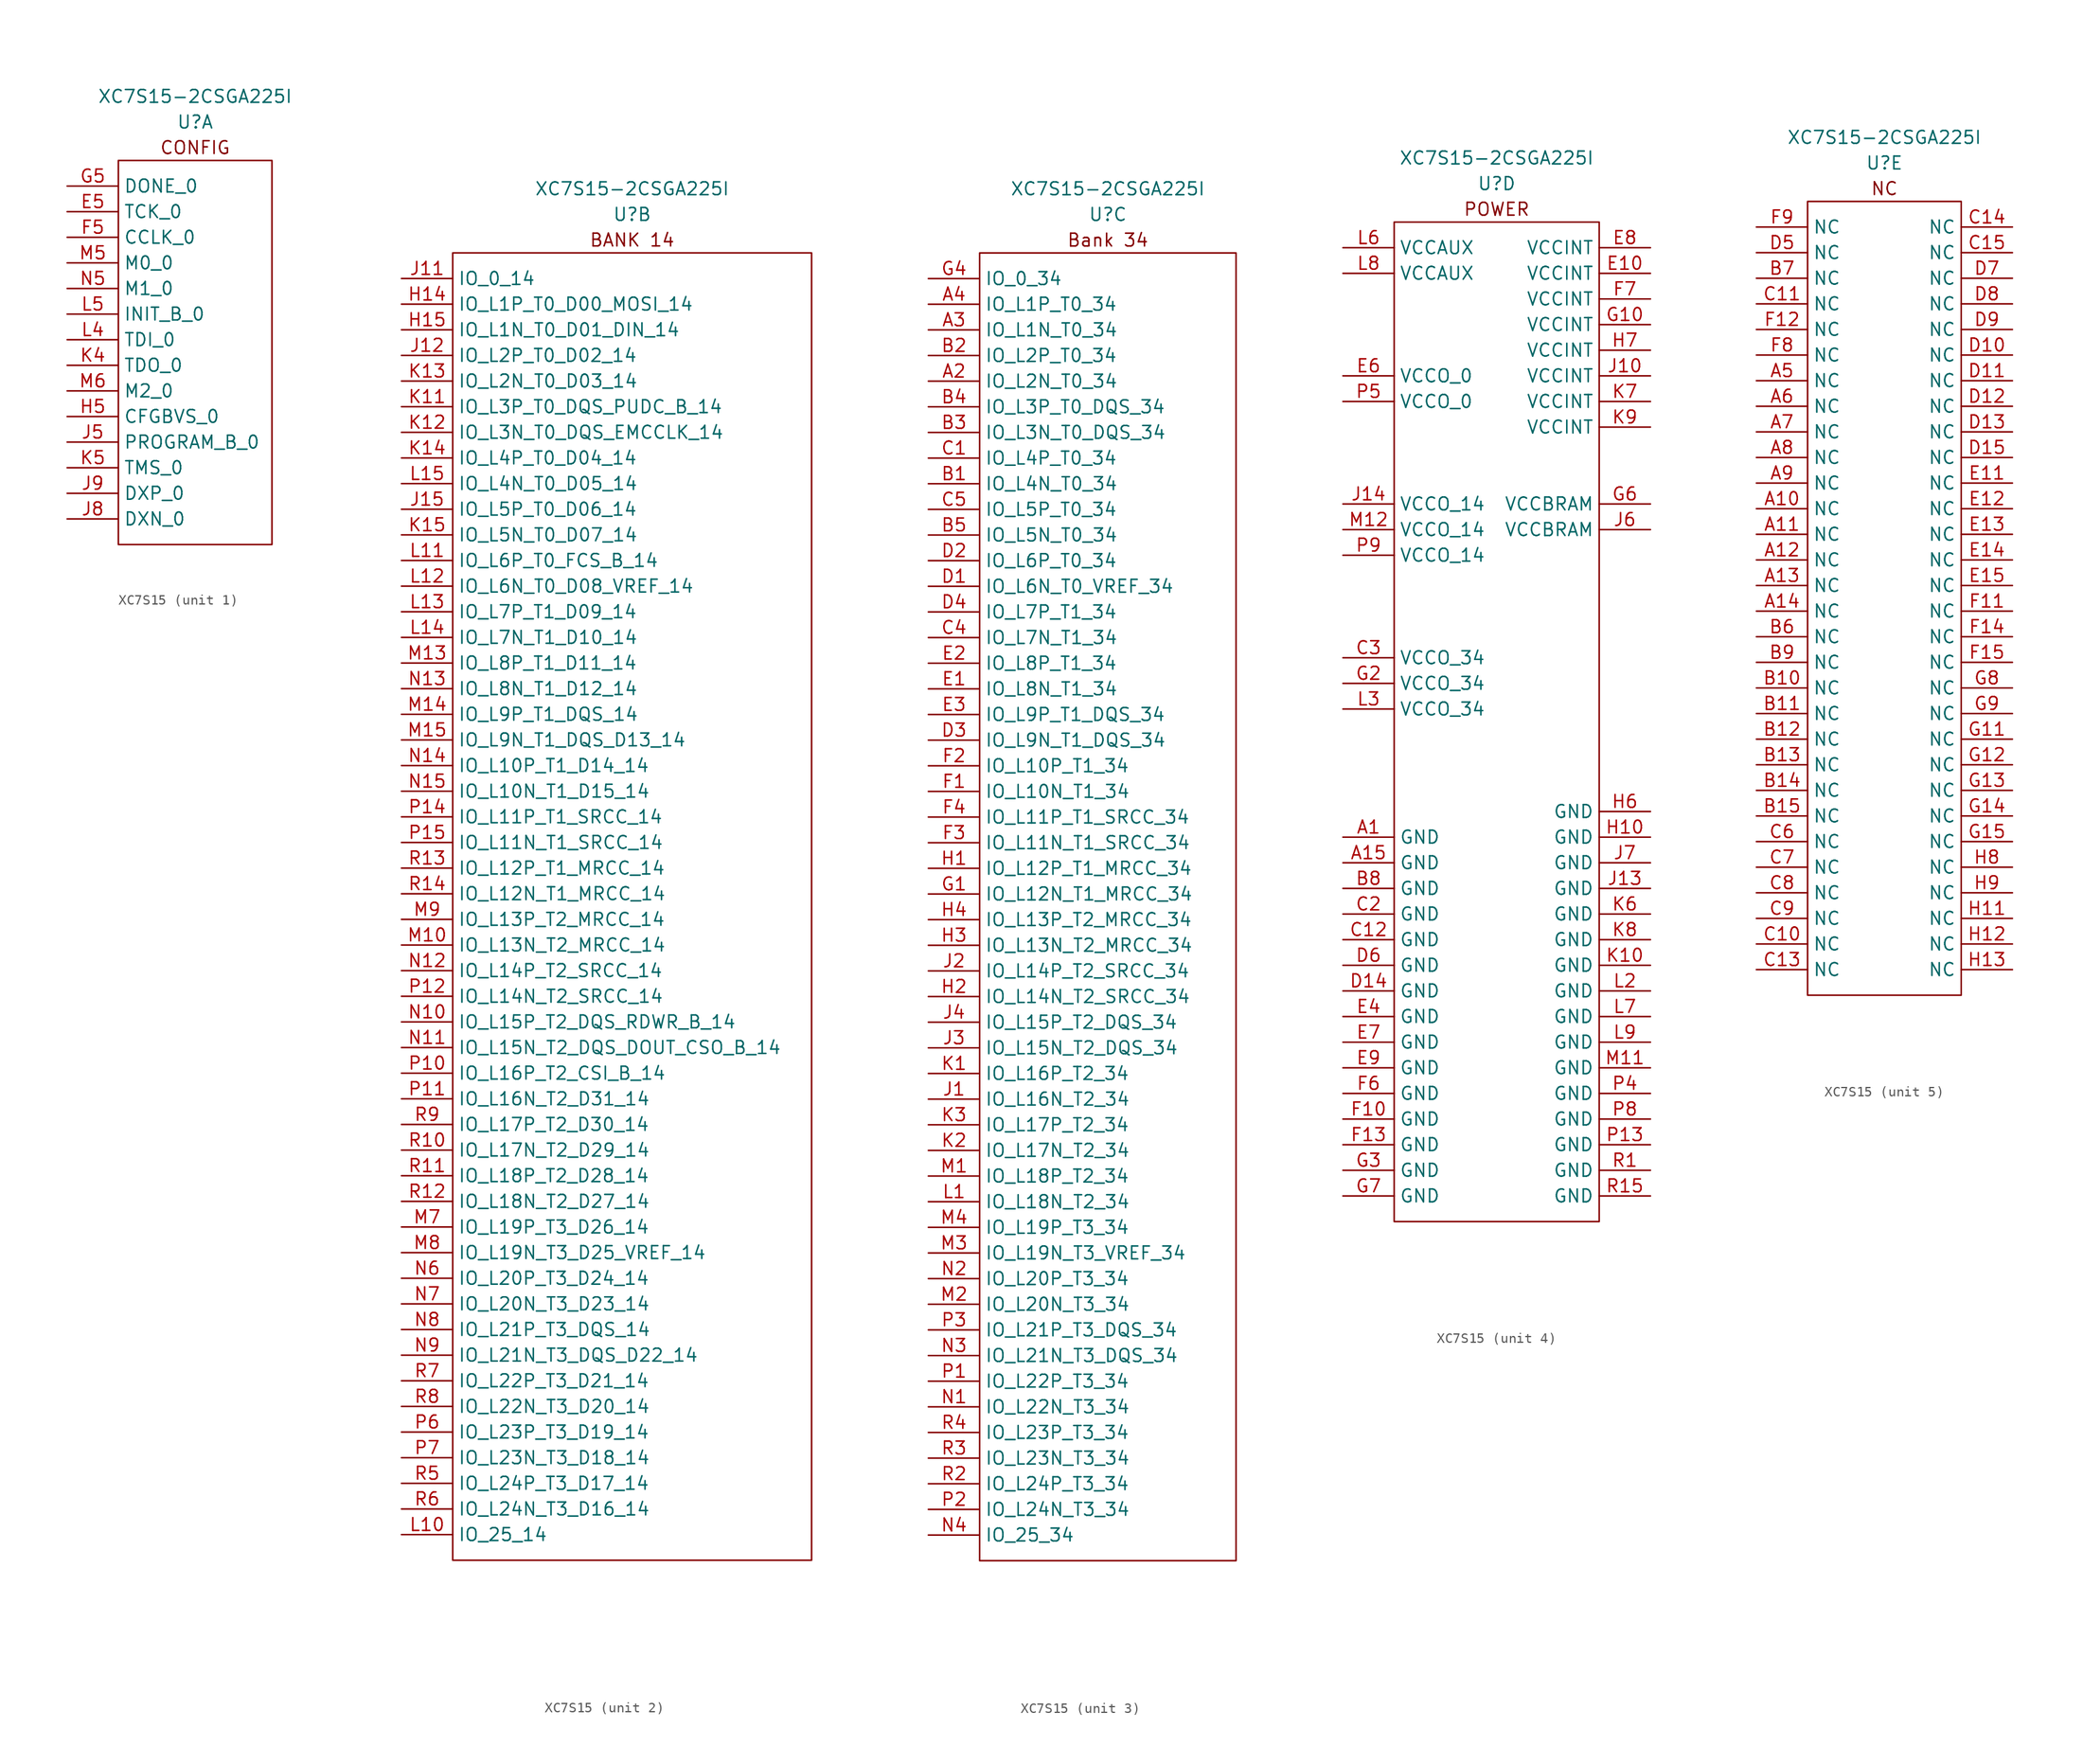
<source format=kicad_sym>
(kicad_symbol_lib
  (version 20231120)
  (generator "kicad_symbol_editor")
  (generator_version "8.0")
  (symbol "XC7S15"
    (property "Reference" "U"
      (at 7.62 6.35 0)
      (effects (font (size 1.27 1.27))))
    (property "Value" "XC7S15-2CSGA225I"
      (at 7.62 8.89 0)
      (effects (font (size 1.27 1.27))))
    (property "ki_locked" ""
      (at 0 0 0)
      (effects (font (size 1.27 1.27))))
    (symbol "XC7S15_1_0"
      (pin passive line (at -5.08 -2.54 0) (length 5.08) (name "TCK_0" (effects (font (size 1.27 1.27)))) (number "E5" (effects (font (size 1.27 1.27)))))
      (pin passive line (at -5.08 -5.08 0) (length 5.08) (name "CCLK_0" (effects (font (size 1.27 1.27)))) (number "F5" (effects (font (size 1.27 1.27)))))
      (pin passive line (at -5.08 0 0) (length 5.08) (name "DONE_0" (effects (font (size 1.27 1.27)))) (number "G5" (effects (font (size 1.27 1.27)))))
      (pin passive line (at -5.08 -22.86 0) (length 5.08) (name "CFGBVS_0" (effects (font (size 1.27 1.27)))) (number "H5" (effects (font (size 1.27 1.27)))))
      (pin passive line (at -5.08 -25.4 0) (length 5.08) (name "PROGRAM_B_0" (effects (font (size 1.27 1.27)))) (number "J5" (effects (font (size 1.27 1.27)))))
      (pin passive line (at -5.08 -33.02 0) (length 5.08) (name "DXN_0" (effects (font (size 1.27 1.27)))) (number "J8" (effects (font (size 1.27 1.27)))))
      (pin passive line (at -5.08 -30.48 0) (length 5.08) (name "DXP_0" (effects (font (size 1.27 1.27)))) (number "J9" (effects (font (size 1.27 1.27)))))
      (pin passive line (at -5.08 -17.78 0) (length 5.08) (name "TDO_0" (effects (font (size 1.27 1.27)))) (number "K4" (effects (font (size 1.27 1.27)))))
      (pin passive line (at -5.08 -27.94 0) (length 5.08) (name "TMS_0" (effects (font (size 1.27 1.27)))) (number "K5" (effects (font (size 1.27 1.27)))))
      (pin passive line (at -5.08 -15.24 0) (length 5.08) (name "TDI_0" (effects (font (size 1.27 1.27)))) (number "L4" (effects (font (size 1.27 1.27)))))
      (pin passive line (at -5.08 -12.7 0) (length 5.08) (name "INIT_B_0" (effects (font (size 1.27 1.27)))) (number "L5" (effects (font (size 1.27 1.27)))))
      (pin passive line (at -5.08 -7.62 0) (length 5.08) (name "M0_0" (effects (font (size 1.27 1.27)))) (number "M5" (effects (font (size 1.27 1.27)))))
      (pin passive line (at -5.08 -20.32 0) (length 5.08) (name "M2_0" (effects (font (size 1.27 1.27)))) (number "M6" (effects (font (size 1.27 1.27)))))
      (pin passive line (at -5.08 -10.16 0) (length 5.08) (name "M1_0" (effects (font (size 1.27 1.27)))) (number "N5" (effects (font (size 1.27 1.27))))))
    (symbol "XC7S15_1_1"
      (rectangle (start 0 2.54) (end 15.24 -35.56) (stroke (width 0) (type default)) (fill (type none)))
      (text "CONFIG" (at 7.62 3.81 0) (effects (font (size 1.27 1.27)))))
    (symbol "XC7S15_2_0"
      (pin passive line (at -15.24 -2.54 0) (length 5.08) (name "IO_L1P_T0_D00_MOSI_14" (effects (font (size 1.27 1.27)))) (number "H14" (effects (font (size 1.27 1.27)))))
      (pin passive line (at -15.24 -5.08 0) (length 5.08) (name "IO_L1N_T0_D01_DIN_14" (effects (font (size 1.27 1.27)))) (number "H15" (effects (font (size 1.27 1.27)))))
      (pin passive line (at -15.24 0 0) (length 5.08) (name "IO_0_14" (effects (font (size 1.27 1.27)))) (number "J11" (effects (font (size 1.27 1.27)))))
      (pin passive line (at -15.24 -7.62 0) (length 5.08) (name "IO_L2P_T0_D02_14" (effects (font (size 1.27 1.27)))) (number "J12" (effects (font (size 1.27 1.27)))))
      (pin passive line (at -15.24 -22.86 0) (length 5.08) (name "IO_L5P_T0_D06_14" (effects (font (size 1.27 1.27)))) (number "J15" (effects (font (size 1.27 1.27)))))
      (pin passive line (at -15.24 -12.7 0) (length 5.08) (name "IO_L3P_T0_DQS_PUDC_B_14" (effects (font (size 1.27 1.27)))) (number "K11" (effects (font (size 1.27 1.27)))))
      (pin passive line (at -15.24 -15.24 0) (length 5.08) (name "IO_L3N_T0_DQS_EMCCLK_14" (effects (font (size 1.27 1.27)))) (number "K12" (effects (font (size 1.27 1.27)))))
      (pin passive line (at -15.24 -10.16 0) (length 5.08) (name "IO_L2N_T0_D03_14" (effects (font (size 1.27 1.27)))) (number "K13" (effects (font (size 1.27 1.27)))))
      (pin passive line (at -15.24 -17.78 0) (length 5.08) (name "IO_L4P_T0_D04_14" (effects (font (size 1.27 1.27)))) (number "K14" (effects (font (size 1.27 1.27)))))
      (pin passive line (at -15.24 -25.4 0) (length 5.08) (name "IO_L5N_T0_D07_14" (effects (font (size 1.27 1.27)))) (number "K15" (effects (font (size 1.27 1.27)))))
      (pin passive line (at -15.24 -124.46 0) (length 5.08) (name "IO_25_14" (effects (font (size 1.27 1.27)))) (number "L10" (effects (font (size 1.27 1.27)))))
      (pin passive line (at -15.24 -27.94 0) (length 5.08) (name "IO_L6P_T0_FCS_B_14" (effects (font (size 1.27 1.27)))) (number "L11" (effects (font (size 1.27 1.27)))))
      (pin passive line (at -15.24 -30.48 0) (length 5.08) (name "IO_L6N_T0_D08_VREF_14" (effects (font (size 1.27 1.27)))) (number "L12" (effects (font (size 1.27 1.27)))))
      (pin passive line (at -15.24 -33.02 0) (length 5.08) (name "IO_L7P_T1_D09_14" (effects (font (size 1.27 1.27)))) (number "L13" (effects (font (size 1.27 1.27)))))
      (pin passive line (at -15.24 -35.56 0) (length 5.08) (name "IO_L7N_T1_D10_14" (effects (font (size 1.27 1.27)))) (number "L14" (effects (font (size 1.27 1.27)))))
      (pin passive line (at -15.24 -20.32 0) (length 5.08) (name "IO_L4N_T0_D05_14" (effects (font (size 1.27 1.27)))) (number "L15" (effects (font (size 1.27 1.27)))))
      (pin passive line (at -15.24 -66.04 0) (length 5.08) (name "IO_L13N_T2_MRCC_14" (effects (font (size 1.27 1.27)))) (number "M10" (effects (font (size 1.27 1.27)))))
      (pin passive line (at -15.24 -38.1 0) (length 5.08) (name "IO_L8P_T1_D11_14" (effects (font (size 1.27 1.27)))) (number "M13" (effects (font (size 1.27 1.27)))))
      (pin passive line (at -15.24 -43.18 0) (length 5.08) (name "IO_L9P_T1_DQS_14" (effects (font (size 1.27 1.27)))) (number "M14" (effects (font (size 1.27 1.27)))))
      (pin passive line (at -15.24 -45.72 0) (length 5.08) (name "IO_L9N_T1_DQS_D13_14" (effects (font (size 1.27 1.27)))) (number "M15" (effects (font (size 1.27 1.27)))))
      (pin passive line (at -15.24 -93.98 0) (length 5.08) (name "IO_L19P_T3_D26_14" (effects (font (size 1.27 1.27)))) (number "M7" (effects (font (size 1.27 1.27)))))
      (pin passive line (at -15.24 -96.52 0) (length 5.08) (name "IO_L19N_T3_D25_VREF_14" (effects (font (size 1.27 1.27)))) (number "M8" (effects (font (size 1.27 1.27)))))
      (pin passive line (at -15.24 -63.5 0) (length 5.08) (name "IO_L13P_T2_MRCC_14" (effects (font (size 1.27 1.27)))) (number "M9" (effects (font (size 1.27 1.27)))))
      (pin passive line (at -15.24 -73.66 0) (length 5.08) (name "IO_L15P_T2_DQS_RDWR_B_14" (effects (font (size 1.27 1.27)))) (number "N10" (effects (font (size 1.27 1.27)))))
      (pin passive line (at -15.24 -76.2 0) (length 5.08) (name "IO_L15N_T2_DQS_DOUT_CSO_B_14" (effects (font (size 1.27 1.27)))) (number "N11" (effects (font (size 1.27 1.27)))))
      (pin passive line (at -15.24 -68.58 0) (length 5.08) (name "IO_L14P_T2_SRCC_14" (effects (font (size 1.27 1.27)))) (number "N12" (effects (font (size 1.27 1.27)))))
      (pin passive line (at -15.24 -40.64 0) (length 5.08) (name "IO_L8N_T1_D12_14" (effects (font (size 1.27 1.27)))) (number "N13" (effects (font (size 1.27 1.27)))))
      (pin passive line (at -15.24 -48.26 0) (length 5.08) (name "IO_L10P_T1_D14_14" (effects (font (size 1.27 1.27)))) (number "N14" (effects (font (size 1.27 1.27)))))
      (pin passive line (at -15.24 -50.8 0) (length 5.08) (name "IO_L10N_T1_D15_14" (effects (font (size 1.27 1.27)))) (number "N15" (effects (font (size 1.27 1.27)))))
      (pin passive line (at -15.24 -99.06 0) (length 5.08) (name "IO_L20P_T3_D24_14" (effects (font (size 1.27 1.27)))) (number "N6" (effects (font (size 1.27 1.27)))))
      (pin passive line (at -15.24 -101.6 0) (length 5.08) (name "IO_L20N_T3_D23_14" (effects (font (size 1.27 1.27)))) (number "N7" (effects (font (size 1.27 1.27)))))
      (pin passive line (at -15.24 -104.14 0) (length 5.08) (name "IO_L21P_T3_DQS_14" (effects (font (size 1.27 1.27)))) (number "N8" (effects (font (size 1.27 1.27)))))
      (pin passive line (at -15.24 -106.68 0) (length 5.08) (name "IO_L21N_T3_DQS_D22_14" (effects (font (size 1.27 1.27)))) (number "N9" (effects (font (size 1.27 1.27)))))
      (pin passive line (at -15.24 -78.74 0) (length 5.08) (name "IO_L16P_T2_CSI_B_14" (effects (font (size 1.27 1.27)))) (number "P10" (effects (font (size 1.27 1.27)))))
      (pin passive line (at -15.24 -81.28 0) (length 5.08) (name "IO_L16N_T2_D31_14" (effects (font (size 1.27 1.27)))) (number "P11" (effects (font (size 1.27 1.27)))))
      (pin passive line (at -15.24 -71.12 0) (length 5.08) (name "IO_L14N_T2_SRCC_14" (effects (font (size 1.27 1.27)))) (number "P12" (effects (font (size 1.27 1.27)))))
      (pin passive line (at -15.24 -53.34 0) (length 5.08) (name "IO_L11P_T1_SRCC_14" (effects (font (size 1.27 1.27)))) (number "P14" (effects (font (size 1.27 1.27)))))
      (pin passive line (at -15.24 -55.88 0) (length 5.08) (name "IO_L11N_T1_SRCC_14" (effects (font (size 1.27 1.27)))) (number "P15" (effects (font (size 1.27 1.27)))))
      (pin passive line (at -15.24 -114.3 0) (length 5.08) (name "IO_L23P_T3_D19_14" (effects (font (size 1.27 1.27)))) (number "P6" (effects (font (size 1.27 1.27)))))
      (pin passive line (at -15.24 -116.84 0) (length 5.08) (name "IO_L23N_T3_D18_14" (effects (font (size 1.27 1.27)))) (number "P7" (effects (font (size 1.27 1.27)))))
      (pin passive line (at -15.24 -86.36 0) (length 5.08) (name "IO_L17N_T2_D29_14" (effects (font (size 1.27 1.27)))) (number "R10" (effects (font (size 1.27 1.27)))))
      (pin passive line (at -15.24 -88.9 0) (length 5.08) (name "IO_L18P_T2_D28_14" (effects (font (size 1.27 1.27)))) (number "R11" (effects (font (size 1.27 1.27)))))
      (pin passive line (at -15.24 -91.44 0) (length 5.08) (name "IO_L18N_T2_D27_14" (effects (font (size 1.27 1.27)))) (number "R12" (effects (font (size 1.27 1.27)))))
      (pin passive line (at -15.24 -58.42 0) (length 5.08) (name "IO_L12P_T1_MRCC_14" (effects (font (size 1.27 1.27)))) (number "R13" (effects (font (size 1.27 1.27)))))
      (pin passive line (at -15.24 -60.96 0) (length 5.08) (name "IO_L12N_T1_MRCC_14" (effects (font (size 1.27 1.27)))) (number "R14" (effects (font (size 1.27 1.27)))))
      (pin passive line (at -15.24 -119.38 0) (length 5.08) (name "IO_L24P_T3_D17_14" (effects (font (size 1.27 1.27)))) (number "R5" (effects (font (size 1.27 1.27)))))
      (pin passive line (at -15.24 -121.92 0) (length 5.08) (name "IO_L24N_T3_D16_14" (effects (font (size 1.27 1.27)))) (number "R6" (effects (font (size 1.27 1.27)))))
      (pin passive line (at -15.24 -109.22 0) (length 5.08) (name "IO_L22P_T3_D21_14" (effects (font (size 1.27 1.27)))) (number "R7" (effects (font (size 1.27 1.27)))))
      (pin passive line (at -15.24 -111.76 0) (length 5.08) (name "IO_L22N_T3_D20_14" (effects (font (size 1.27 1.27)))) (number "R8" (effects (font (size 1.27 1.27)))))
      (pin passive line (at -15.24 -83.82 0) (length 5.08) (name "IO_L17P_T2_D30_14" (effects (font (size 1.27 1.27)))) (number "R9" (effects (font (size 1.27 1.27))))))
    (symbol "XC7S15_2_1"
      (rectangle (start -10.16 2.54) (end 25.4 -127) (stroke (width 0) (type default)) (fill (type none)))
      (text "BANK 14" (at 7.62 3.81 0) (effects (font (size 1.27 1.27)))))
    (symbol "XC7S15_3_0"
      (pin passive line (at -10.16 -10.16 0) (length 5.08) (name "IO_L2N_T0_34" (effects (font (size 1.27 1.27)))) (number "A2" (effects (font (size 1.27 1.27)))))
      (pin passive line (at -10.16 -5.08 0) (length 5.08) (name "IO_L1N_T0_34" (effects (font (size 1.27 1.27)))) (number "A3" (effects (font (size 1.27 1.27)))))
      (pin passive line (at -10.16 -2.54 0) (length 5.08) (name "IO_L1P_T0_34" (effects (font (size 1.27 1.27)))) (number "A4" (effects (font (size 1.27 1.27)))))
      (pin passive line (at -10.16 -20.32 0) (length 5.08) (name "IO_L4N_T0_34" (effects (font (size 1.27 1.27)))) (number "B1" (effects (font (size 1.27 1.27)))))
      (pin passive line (at -10.16 -7.62 0) (length 5.08) (name "IO_L2P_T0_34" (effects (font (size 1.27 1.27)))) (number "B2" (effects (font (size 1.27 1.27)))))
      (pin passive line (at -10.16 -15.24 0) (length 5.08) (name "IO_L3N_T0_DQS_34" (effects (font (size 1.27 1.27)))) (number "B3" (effects (font (size 1.27 1.27)))))
      (pin passive line (at -10.16 -12.7 0) (length 5.08) (name "IO_L3P_T0_DQS_34" (effects (font (size 1.27 1.27)))) (number "B4" (effects (font (size 1.27 1.27)))))
      (pin passive line (at -10.16 -25.4 0) (length 5.08) (name "IO_L5N_T0_34" (effects (font (size 1.27 1.27)))) (number "B5" (effects (font (size 1.27 1.27)))))
      (pin passive line (at -10.16 -17.78 0) (length 5.08) (name "IO_L4P_T0_34" (effects (font (size 1.27 1.27)))) (number "C1" (effects (font (size 1.27 1.27)))))
      (pin passive line (at -10.16 -35.56 0) (length 5.08) (name "IO_L7N_T1_34" (effects (font (size 1.27 1.27)))) (number "C4" (effects (font (size 1.27 1.27)))))
      (pin passive line (at -10.16 -22.86 0) (length 5.08) (name "IO_L5P_T0_34" (effects (font (size 1.27 1.27)))) (number "C5" (effects (font (size 1.27 1.27)))))
      (pin passive line (at -10.16 -30.48 0) (length 5.08) (name "IO_L6N_T0_VREF_34" (effects (font (size 1.27 1.27)))) (number "D1" (effects (font (size 1.27 1.27)))))
      (pin passive line (at -10.16 -27.94 0) (length 5.08) (name "IO_L6P_T0_34" (effects (font (size 1.27 1.27)))) (number "D2" (effects (font (size 1.27 1.27)))))
      (pin passive line (at -10.16 -45.72 0) (length 5.08) (name "IO_L9N_T1_DQS_34" (effects (font (size 1.27 1.27)))) (number "D3" (effects (font (size 1.27 1.27)))))
      (pin passive line (at -10.16 -33.02 0) (length 5.08) (name "IO_L7P_T1_34" (effects (font (size 1.27 1.27)))) (number "D4" (effects (font (size 1.27 1.27)))))
      (pin passive line (at -10.16 -40.64 0) (length 5.08) (name "IO_L8N_T1_34" (effects (font (size 1.27 1.27)))) (number "E1" (effects (font (size 1.27 1.27)))))
      (pin passive line (at -10.16 -38.1 0) (length 5.08) (name "IO_L8P_T1_34" (effects (font (size 1.27 1.27)))) (number "E2" (effects (font (size 1.27 1.27)))))
      (pin passive line (at -10.16 -43.18 0) (length 5.08) (name "IO_L9P_T1_DQS_34" (effects (font (size 1.27 1.27)))) (number "E3" (effects (font (size 1.27 1.27)))))
      (pin passive line (at -10.16 -50.8 0) (length 5.08) (name "IO_L10N_T1_34" (effects (font (size 1.27 1.27)))) (number "F1" (effects (font (size 1.27 1.27)))))
      (pin passive line (at -10.16 -48.26 0) (length 5.08) (name "IO_L10P_T1_34" (effects (font (size 1.27 1.27)))) (number "F2" (effects (font (size 1.27 1.27)))))
      (pin passive line (at -10.16 -55.88 0) (length 5.08) (name "IO_L11N_T1_SRCC_34" (effects (font (size 1.27 1.27)))) (number "F3" (effects (font (size 1.27 1.27)))))
      (pin passive line (at -10.16 -53.34 0) (length 5.08) (name "IO_L11P_T1_SRCC_34" (effects (font (size 1.27 1.27)))) (number "F4" (effects (font (size 1.27 1.27)))))
      (pin passive line (at -10.16 -60.96 0) (length 5.08) (name "IO_L12N_T1_MRCC_34" (effects (font (size 1.27 1.27)))) (number "G1" (effects (font (size 1.27 1.27)))))
      (pin passive line (at -10.16 0 0) (length 5.08) (name "IO_0_34" (effects (font (size 1.27 1.27)))) (number "G4" (effects (font (size 1.27 1.27)))))
      (pin passive line (at -10.16 -58.42 0) (length 5.08) (name "IO_L12P_T1_MRCC_34" (effects (font (size 1.27 1.27)))) (number "H1" (effects (font (size 1.27 1.27)))))
      (pin passive line (at -10.16 -71.12 0) (length 5.08) (name "IO_L14N_T2_SRCC_34" (effects (font (size 1.27 1.27)))) (number "H2" (effects (font (size 1.27 1.27)))))
      (pin passive line (at -10.16 -66.04 0) (length 5.08) (name "IO_L13N_T2_MRCC_34" (effects (font (size 1.27 1.27)))) (number "H3" (effects (font (size 1.27 1.27)))))
      (pin passive line (at -10.16 -63.5 0) (length 5.08) (name "IO_L13P_T2_MRCC_34" (effects (font (size 1.27 1.27)))) (number "H4" (effects (font (size 1.27 1.27)))))
      (pin passive line (at -10.16 -81.28 0) (length 5.08) (name "IO_L16N_T2_34" (effects (font (size 1.27 1.27)))) (number "J1" (effects (font (size 1.27 1.27)))))
      (pin passive line (at -10.16 -68.58 0) (length 5.08) (name "IO_L14P_T2_SRCC_34" (effects (font (size 1.27 1.27)))) (number "J2" (effects (font (size 1.27 1.27)))))
      (pin passive line (at -10.16 -76.2 0) (length 5.08) (name "IO_L15N_T2_DQS_34" (effects (font (size 1.27 1.27)))) (number "J3" (effects (font (size 1.27 1.27)))))
      (pin passive line (at -10.16 -73.66 0) (length 5.08) (name "IO_L15P_T2_DQS_34" (effects (font (size 1.27 1.27)))) (number "J4" (effects (font (size 1.27 1.27)))))
      (pin passive line (at -10.16 -78.74 0) (length 5.08) (name "IO_L16P_T2_34" (effects (font (size 1.27 1.27)))) (number "K1" (effects (font (size 1.27 1.27)))))
      (pin passive line (at -10.16 -86.36 0) (length 5.08) (name "IO_L17N_T2_34" (effects (font (size 1.27 1.27)))) (number "K2" (effects (font (size 1.27 1.27)))))
      (pin passive line (at -10.16 -83.82 0) (length 5.08) (name "IO_L17P_T2_34" (effects (font (size 1.27 1.27)))) (number "K3" (effects (font (size 1.27 1.27)))))
      (pin passive line (at -10.16 -91.44 0) (length 5.08) (name "IO_L18N_T2_34" (effects (font (size 1.27 1.27)))) (number "L1" (effects (font (size 1.27 1.27)))))
      (pin passive line (at -10.16 -88.9 0) (length 5.08) (name "IO_L18P_T2_34" (effects (font (size 1.27 1.27)))) (number "M1" (effects (font (size 1.27 1.27)))))
      (pin passive line (at -10.16 -101.6 0) (length 5.08) (name "IO_L20N_T3_34" (effects (font (size 1.27 1.27)))) (number "M2" (effects (font (size 1.27 1.27)))))
      (pin passive line (at -10.16 -96.52 0) (length 5.08) (name "IO_L19N_T3_VREF_34" (effects (font (size 1.27 1.27)))) (number "M3" (effects (font (size 1.27 1.27)))))
      (pin passive line (at -10.16 -93.98 0) (length 5.08) (name "IO_L19P_T3_34" (effects (font (size 1.27 1.27)))) (number "M4" (effects (font (size 1.27 1.27)))))
      (pin passive line (at -10.16 -111.76 0) (length 5.08) (name "IO_L22N_T3_34" (effects (font (size 1.27 1.27)))) (number "N1" (effects (font (size 1.27 1.27)))))
      (pin passive line (at -10.16 -99.06 0) (length 5.08) (name "IO_L20P_T3_34" (effects (font (size 1.27 1.27)))) (number "N2" (effects (font (size 1.27 1.27)))))
      (pin passive line (at -10.16 -106.68 0) (length 5.08) (name "IO_L21N_T3_DQS_34" (effects (font (size 1.27 1.27)))) (number "N3" (effects (font (size 1.27 1.27)))))
      (pin passive line (at -10.16 -124.46 0) (length 5.08) (name "IO_25_34" (effects (font (size 1.27 1.27)))) (number "N4" (effects (font (size 1.27 1.27)))))
      (pin passive line (at -10.16 -109.22 0) (length 5.08) (name "IO_L22P_T3_34" (effects (font (size 1.27 1.27)))) (number "P1" (effects (font (size 1.27 1.27)))))
      (pin passive line (at -10.16 -121.92 0) (length 5.08) (name "IO_L24N_T3_34" (effects (font (size 1.27 1.27)))) (number "P2" (effects (font (size 1.27 1.27)))))
      (pin passive line (at -10.16 -104.14 0) (length 5.08) (name "IO_L21P_T3_DQS_34" (effects (font (size 1.27 1.27)))) (number "P3" (effects (font (size 1.27 1.27)))))
      (pin passive line (at -10.16 -119.38 0) (length 5.08) (name "IO_L24P_T3_34" (effects (font (size 1.27 1.27)))) (number "R2" (effects (font (size 1.27 1.27)))))
      (pin passive line (at -10.16 -116.84 0) (length 5.08) (name "IO_L23N_T3_34" (effects (font (size 1.27 1.27)))) (number "R3" (effects (font (size 1.27 1.27)))))
      (pin passive line (at -10.16 -114.3 0) (length 5.08) (name "IO_L23P_T3_34" (effects (font (size 1.27 1.27)))) (number "R4" (effects (font (size 1.27 1.27))))))
    (symbol "XC7S15_3_1"
      (rectangle (start -5.08 2.54) (end 20.32 -127) (stroke (width 0) (type default)) (fill (type none)))
      (text "Bank 34" (at 7.62 3.81 0) (effects (font (size 1.27 1.27)))))
    (symbol "XC7S15_4_0"
      (pin passive line (at -7.62 -58.42 0) (length 5.08) (name "GND" (effects (font (size 1.27 1.27)))) (number "A1" (effects (font (size 1.27 1.27)))))
      (pin passive line (at -7.62 -60.96 0) (length 5.08) (name "GND" (effects (font (size 1.27 1.27)))) (number "A15" (effects (font (size 1.27 1.27)))))
      (pin passive line (at -7.62 -63.5 0) (length 5.08) (name "GND" (effects (font (size 1.27 1.27)))) (number "B8" (effects (font (size 1.27 1.27)))))
      (pin passive line (at -7.62 -68.58 0) (length 5.08) (name "GND" (effects (font (size 1.27 1.27)))) (number "C12" (effects (font (size 1.27 1.27)))))
      (pin passive line (at -7.62 -66.04 0) (length 5.08) (name "GND" (effects (font (size 1.27 1.27)))) (number "C2" (effects (font (size 1.27 1.27)))))
      (pin passive line (at -7.62 -40.64 0) (length 5.08) (name "VCCO_34" (effects (font (size 1.27 1.27)))) (number "C3" (effects (font (size 1.27 1.27)))))
      (pin passive line (at -7.62 -73.66 0) (length 5.08) (name "GND" (effects (font (size 1.27 1.27)))) (number "D14" (effects (font (size 1.27 1.27)))))
      (pin passive line (at -7.62 -71.12 0) (length 5.08) (name "GND" (effects (font (size 1.27 1.27)))) (number "D6" (effects (font (size 1.27 1.27)))))
      (pin passive line (at 22.86 -2.54 180) (length 5.08) (name "VCCINT" (effects (font (size 1.27 1.27)))) (number "E10" (effects (font (size 1.27 1.27)))))
      (pin passive line (at -7.62 -76.2 0) (length 5.08) (name "GND" (effects (font (size 1.27 1.27)))) (number "E4" (effects (font (size 1.27 1.27)))))
      (pin passive line (at -7.62 -12.7 0) (length 5.08) (name "VCCO_0" (effects (font (size 1.27 1.27)))) (number "E6" (effects (font (size 1.27 1.27)))))
      (pin passive line (at -7.62 -78.74 0) (length 5.08) (name "GND" (effects (font (size 1.27 1.27)))) (number "E7" (effects (font (size 1.27 1.27)))))
      (pin passive line (at 22.86 0 180) (length 5.08) (name "VCCINT" (effects (font (size 1.27 1.27)))) (number "E8" (effects (font (size 1.27 1.27)))))
      (pin passive line (at -7.62 -81.28 0) (length 5.08) (name "GND" (effects (font (size 1.27 1.27)))) (number "E9" (effects (font (size 1.27 1.27)))))
      (pin passive line (at -7.62 -86.36 0) (length 5.08) (name "GND" (effects (font (size 1.27 1.27)))) (number "F10" (effects (font (size 1.27 1.27)))))
      (pin passive line (at -7.62 -88.9 0) (length 5.08) (name "GND" (effects (font (size 1.27 1.27)))) (number "F13" (effects (font (size 1.27 1.27)))))
      (pin passive line (at -7.62 -83.82 0) (length 5.08) (name "GND" (effects (font (size 1.27 1.27)))) (number "F6" (effects (font (size 1.27 1.27)))))
      (pin passive line (at 22.86 -5.08 180) (length 5.08) (name "VCCINT" (effects (font (size 1.27 1.27)))) (number "F7" (effects (font (size 1.27 1.27)))))
      (pin passive line (at 22.86 -7.62 180) (length 5.08) (name "VCCINT" (effects (font (size 1.27 1.27)))) (number "G10" (effects (font (size 1.27 1.27)))))
      (pin passive line (at -7.62 -43.18 0) (length 5.08) (name "VCCO_34" (effects (font (size 1.27 1.27)))) (number "G2" (effects (font (size 1.27 1.27)))))
      (pin passive line (at -7.62 -91.44 0) (length 5.08) (name "GND" (effects (font (size 1.27 1.27)))) (number "G3" (effects (font (size 1.27 1.27)))))
      (pin passive line (at 22.86 -25.4 180) (length 5.08) (name "VCCBRAM" (effects (font (size 1.27 1.27)))) (number "G6" (effects (font (size 1.27 1.27)))))
      (pin passive line (at -7.62 -93.98 0) (length 5.08) (name "GND" (effects (font (size 1.27 1.27)))) (number "G7" (effects (font (size 1.27 1.27)))))
      (pin passive line (at 22.86 -58.42 180) (length 5.08) (name "GND" (effects (font (size 1.27 1.27)))) (number "H10" (effects (font (size 1.27 1.27)))))
      (pin passive line (at 22.86 -55.88 180) (length 5.08) (name "GND" (effects (font (size 1.27 1.27)))) (number "H6" (effects (font (size 1.27 1.27)))))
      (pin passive line (at 22.86 -10.16 180) (length 5.08) (name "VCCINT" (effects (font (size 1.27 1.27)))) (number "H7" (effects (font (size 1.27 1.27)))))
      (pin passive line (at 22.86 -12.7 180) (length 5.08) (name "VCCINT" (effects (font (size 1.27 1.27)))) (number "J10" (effects (font (size 1.27 1.27)))))
      (pin passive line (at 22.86 -63.5 180) (length 5.08) (name "GND" (effects (font (size 1.27 1.27)))) (number "J13" (effects (font (size 1.27 1.27)))))
      (pin passive line (at -7.62 -25.4 0) (length 5.08) (name "VCCO_14" (effects (font (size 1.27 1.27)))) (number "J14" (effects (font (size 1.27 1.27)))))
      (pin passive line (at 22.86 -27.94 180) (length 5.08) (name "VCCBRAM" (effects (font (size 1.27 1.27)))) (number "J6" (effects (font (size 1.27 1.27)))))
      (pin passive line (at 22.86 -60.96 180) (length 5.08) (name "GND" (effects (font (size 1.27 1.27)))) (number "J7" (effects (font (size 1.27 1.27)))))
      (pin passive line (at 22.86 -71.12 180) (length 5.08) (name "GND" (effects (font (size 1.27 1.27)))) (number "K10" (effects (font (size 1.27 1.27)))))
      (pin passive line (at 22.86 -66.04 180) (length 5.08) (name "GND" (effects (font (size 1.27 1.27)))) (number "K6" (effects (font (size 1.27 1.27)))))
      (pin passive line (at 22.86 -15.24 180) (length 5.08) (name "VCCINT" (effects (font (size 1.27 1.27)))) (number "K7" (effects (font (size 1.27 1.27)))))
      (pin passive line (at 22.86 -68.58 180) (length 5.08) (name "GND" (effects (font (size 1.27 1.27)))) (number "K8" (effects (font (size 1.27 1.27)))))
      (pin passive line (at 22.86 -17.78 180) (length 5.08) (name "VCCINT" (effects (font (size 1.27 1.27)))) (number "K9" (effects (font (size 1.27 1.27)))))
      (pin passive line (at 22.86 -73.66 180) (length 5.08) (name "GND" (effects (font (size 1.27 1.27)))) (number "L2" (effects (font (size 1.27 1.27)))))
      (pin passive line (at -7.62 -45.72 0) (length 5.08) (name "VCCO_34" (effects (font (size 1.27 1.27)))) (number "L3" (effects (font (size 1.27 1.27)))))
      (pin passive line (at -7.62 0 0) (length 5.08) (name "VCCAUX" (effects (font (size 1.27 1.27)))) (number "L6" (effects (font (size 1.27 1.27)))))
      (pin passive line (at 22.86 -76.2 180) (length 5.08) (name "GND" (effects (font (size 1.27 1.27)))) (number "L7" (effects (font (size 1.27 1.27)))))
      (pin passive line (at -7.62 -2.54 0) (length 5.08) (name "VCCAUX" (effects (font (size 1.27 1.27)))) (number "L8" (effects (font (size 1.27 1.27)))))
      (pin passive line (at 22.86 -78.74 180) (length 5.08) (name "GND" (effects (font (size 1.27 1.27)))) (number "L9" (effects (font (size 1.27 1.27)))))
      (pin passive line (at 22.86 -81.28 180) (length 5.08) (name "GND" (effects (font (size 1.27 1.27)))) (number "M11" (effects (font (size 1.27 1.27)))))
      (pin passive line (at -7.62 -27.94 0) (length 5.08) (name "VCCO_14" (effects (font (size 1.27 1.27)))) (number "M12" (effects (font (size 1.27 1.27)))))
      (pin passive line (at 22.86 -88.9 180) (length 5.08) (name "GND" (effects (font (size 1.27 1.27)))) (number "P13" (effects (font (size 1.27 1.27)))))
      (pin passive line (at 22.86 -83.82 180) (length 5.08) (name "GND" (effects (font (size 1.27 1.27)))) (number "P4" (effects (font (size 1.27 1.27)))))
      (pin passive line (at -7.62 -15.24 0) (length 5.08) (name "VCCO_0" (effects (font (size 1.27 1.27)))) (number "P5" (effects (font (size 1.27 1.27)))))
      (pin passive line (at 22.86 -86.36 180) (length 5.08) (name "GND" (effects (font (size 1.27 1.27)))) (number "P8" (effects (font (size 1.27 1.27)))))
      (pin passive line (at -7.62 -30.48 0) (length 5.08) (name "VCCO_14" (effects (font (size 1.27 1.27)))) (number "P9" (effects (font (size 1.27 1.27)))))
      (pin passive line (at 22.86 -91.44 180) (length 5.08) (name "GND" (effects (font (size 1.27 1.27)))) (number "R1" (effects (font (size 1.27 1.27)))))
      (pin passive line (at 22.86 -93.98 180) (length 5.08) (name "GND" (effects (font (size 1.27 1.27)))) (number "R15" (effects (font (size 1.27 1.27))))))
    (symbol "XC7S15_4_1"
      (rectangle (start -2.54 2.54) (end 17.78 -96.52) (stroke (width 0) (type default)) (fill (type none)))
      (text "POWER" (at 7.62 3.81 0) (effects (font (size 1.27 1.27)))))
    (symbol "XC7S15_5_0"
      (pin passive line (at -5.08 -27.94 0) (length 5.08) (name "NC" (effects (font (size 1.27 1.27)))) (number "A10" (effects (font (size 1.27 1.27)))))
      (pin passive line (at -5.08 -30.48 0) (length 5.08) (name "NC" (effects (font (size 1.27 1.27)))) (number "A11" (effects (font (size 1.27 1.27)))))
      (pin passive line (at -5.08 -33.02 0) (length 5.08) (name "NC" (effects (font (size 1.27 1.27)))) (number "A12" (effects (font (size 1.27 1.27)))))
      (pin passive line (at -5.08 -35.56 0) (length 5.08) (name "NC" (effects (font (size 1.27 1.27)))) (number "A13" (effects (font (size 1.27 1.27)))))
      (pin passive line (at -5.08 -38.1 0) (length 5.08) (name "NC" (effects (font (size 1.27 1.27)))) (number "A14" (effects (font (size 1.27 1.27)))))
      (pin passive line (at -5.08 -15.24 0) (length 5.08) (name "NC" (effects (font (size 1.27 1.27)))) (number "A5" (effects (font (size 1.27 1.27)))))
      (pin passive line (at -5.08 -17.78 0) (length 5.08) (name "NC" (effects (font (size 1.27 1.27)))) (number "A6" (effects (font (size 1.27 1.27)))))
      (pin passive line (at -5.08 -20.32 0) (length 5.08) (name "NC" (effects (font (size 1.27 1.27)))) (number "A7" (effects (font (size 1.27 1.27)))))
      (pin passive line (at -5.08 -22.86 0) (length 5.08) (name "NC" (effects (font (size 1.27 1.27)))) (number "A8" (effects (font (size 1.27 1.27)))))
      (pin passive line (at -5.08 -25.4 0) (length 5.08) (name "NC" (effects (font (size 1.27 1.27)))) (number "A9" (effects (font (size 1.27 1.27)))))
      (pin passive line (at -5.08 -45.72 0) (length 5.08) (name "NC" (effects (font (size 1.27 1.27)))) (number "B10" (effects (font (size 1.27 1.27)))))
      (pin passive line (at -5.08 -48.26 0) (length 5.08) (name "NC" (effects (font (size 1.27 1.27)))) (number "B11" (effects (font (size 1.27 1.27)))))
      (pin passive line (at -5.08 -50.8 0) (length 5.08) (name "NC" (effects (font (size 1.27 1.27)))) (number "B12" (effects (font (size 1.27 1.27)))))
      (pin passive line (at -5.08 -53.34 0) (length 5.08) (name "NC" (effects (font (size 1.27 1.27)))) (number "B13" (effects (font (size 1.27 1.27)))))
      (pin passive line (at -5.08 -55.88 0) (length 5.08) (name "NC" (effects (font (size 1.27 1.27)))) (number "B14" (effects (font (size 1.27 1.27)))))
      (pin passive line (at -5.08 -58.42 0) (length 5.08) (name "NC" (effects (font (size 1.27 1.27)))) (number "B15" (effects (font (size 1.27 1.27)))))
      (pin passive line (at -5.08 -40.64 0) (length 5.08) (name "NC" (effects (font (size 1.27 1.27)))) (number "B6" (effects (font (size 1.27 1.27)))))
      (pin passive line (at -5.08 -5.08 0) (length 5.08) (name "NC" (effects (font (size 1.27 1.27)))) (number "B7" (effects (font (size 1.27 1.27)))))
      (pin passive line (at -5.08 -43.18 0) (length 5.08) (name "NC" (effects (font (size 1.27 1.27)))) (number "B9" (effects (font (size 1.27 1.27)))))
      (pin passive line (at -5.08 -71.12 0) (length 5.08) (name "NC" (effects (font (size 1.27 1.27)))) (number "C10" (effects (font (size 1.27 1.27)))))
      (pin passive line (at -5.08 -7.62 0) (length 5.08) (name "NC" (effects (font (size 1.27 1.27)))) (number "C11" (effects (font (size 1.27 1.27)))))
      (pin passive line (at -5.08 -73.66 0) (length 5.08) (name "NC" (effects (font (size 1.27 1.27)))) (number "C13" (effects (font (size 1.27 1.27)))))
      (pin passive line (at 20.32 0 180) (length 5.08) (name "NC" (effects (font (size 1.27 1.27)))) (number "C14" (effects (font (size 1.27 1.27)))))
      (pin passive line (at 20.32 -2.54 180) (length 5.08) (name "NC" (effects (font (size 1.27 1.27)))) (number "C15" (effects (font (size 1.27 1.27)))))
      (pin passive line (at -5.08 -60.96 0) (length 5.08) (name "NC" (effects (font (size 1.27 1.27)))) (number "C6" (effects (font (size 1.27 1.27)))))
      (pin passive line (at -5.08 -63.5 0) (length 5.08) (name "NC" (effects (font (size 1.27 1.27)))) (number "C7" (effects (font (size 1.27 1.27)))))
      (pin passive line (at -5.08 -66.04 0) (length 5.08) (name "NC" (effects (font (size 1.27 1.27)))) (number "C8" (effects (font (size 1.27 1.27)))))
      (pin passive line (at -5.08 -68.58 0) (length 5.08) (name "NC" (effects (font (size 1.27 1.27)))) (number "C9" (effects (font (size 1.27 1.27)))))
      (pin passive line (at 20.32 -12.7 180) (length 5.08) (name "NC" (effects (font (size 1.27 1.27)))) (number "D10" (effects (font (size 1.27 1.27)))))
      (pin passive line (at 20.32 -15.24 180) (length 5.08) (name "NC" (effects (font (size 1.27 1.27)))) (number "D11" (effects (font (size 1.27 1.27)))))
      (pin passive line (at 20.32 -17.78 180) (length 5.08) (name "NC" (effects (font (size 1.27 1.27)))) (number "D12" (effects (font (size 1.27 1.27)))))
      (pin passive line (at 20.32 -20.32 180) (length 5.08) (name "NC" (effects (font (size 1.27 1.27)))) (number "D13" (effects (font (size 1.27 1.27)))))
      (pin passive line (at 20.32 -22.86 180) (length 5.08) (name "NC" (effects (font (size 1.27 1.27)))) (number "D15" (effects (font (size 1.27 1.27)))))
      (pin passive line (at -5.08 -2.54 0) (length 5.08) (name "NC" (effects (font (size 1.27 1.27)))) (number "D5" (effects (font (size 1.27 1.27)))))
      (pin passive line (at 20.32 -5.08 180) (length 5.08) (name "NC" (effects (font (size 1.27 1.27)))) (number "D7" (effects (font (size 1.27 1.27)))))
      (pin passive line (at 20.32 -7.62 180) (length 5.08) (name "NC" (effects (font (size 1.27 1.27)))) (number "D8" (effects (font (size 1.27 1.27)))))
      (pin passive line (at 20.32 -10.16 180) (length 5.08) (name "NC" (effects (font (size 1.27 1.27)))) (number "D9" (effects (font (size 1.27 1.27)))))
      (pin passive line (at 20.32 -25.4 180) (length 5.08) (name "NC" (effects (font (size 1.27 1.27)))) (number "E11" (effects (font (size 1.27 1.27)))))
      (pin passive line (at 20.32 -27.94 180) (length 5.08) (name "NC" (effects (font (size 1.27 1.27)))) (number "E12" (effects (font (size 1.27 1.27)))))
      (pin passive line (at 20.32 -30.48 180) (length 5.08) (name "NC" (effects (font (size 1.27 1.27)))) (number "E13" (effects (font (size 1.27 1.27)))))
      (pin passive line (at 20.32 -33.02 180) (length 5.08) (name "NC" (effects (font (size 1.27 1.27)))) (number "E14" (effects (font (size 1.27 1.27)))))
      (pin passive line (at 20.32 -35.56 180) (length 5.08) (name "NC" (effects (font (size 1.27 1.27)))) (number "E15" (effects (font (size 1.27 1.27)))))
      (pin passive line (at 20.32 -38.1 180) (length 5.08) (name "NC" (effects (font (size 1.27 1.27)))) (number "F11" (effects (font (size 1.27 1.27)))))
      (pin passive line (at -5.08 -10.16 0) (length 5.08) (name "NC" (effects (font (size 1.27 1.27)))) (number "F12" (effects (font (size 1.27 1.27)))))
      (pin passive line (at 20.32 -40.64 180) (length 5.08) (name "NC" (effects (font (size 1.27 1.27)))) (number "F14" (effects (font (size 1.27 1.27)))))
      (pin passive line (at 20.32 -43.18 180) (length 5.08) (name "NC" (effects (font (size 1.27 1.27)))) (number "F15" (effects (font (size 1.27 1.27)))))
      (pin passive line (at -5.08 -12.7 0) (length 5.08) (name "NC" (effects (font (size 1.27 1.27)))) (number "F8" (effects (font (size 1.27 1.27)))))
      (pin passive line (at -5.08 0 0) (length 5.08) (name "NC" (effects (font (size 1.27 1.27)))) (number "F9" (effects (font (size 1.27 1.27)))))
      (pin passive line (at 20.32 -50.8 180) (length 5.08) (name "NC" (effects (font (size 1.27 1.27)))) (number "G11" (effects (font (size 1.27 1.27)))))
      (pin passive line (at 20.32 -53.34 180) (length 5.08) (name "NC" (effects (font (size 1.27 1.27)))) (number "G12" (effects (font (size 1.27 1.27)))))
      (pin passive line (at 20.32 -55.88 180) (length 5.08) (name "NC" (effects (font (size 1.27 1.27)))) (number "G13" (effects (font (size 1.27 1.27)))))
      (pin passive line (at 20.32 -58.42 180) (length 5.08) (name "NC" (effects (font (size 1.27 1.27)))) (number "G14" (effects (font (size 1.27 1.27)))))
      (pin passive line (at 20.32 -60.96 180) (length 5.08) (name "NC" (effects (font (size 1.27 1.27)))) (number "G15" (effects (font (size 1.27 1.27)))))
      (pin passive line (at 20.32 -45.72 180) (length 5.08) (name "NC" (effects (font (size 1.27 1.27)))) (number "G8" (effects (font (size 1.27 1.27)))))
      (pin passive line (at 20.32 -48.26 180) (length 5.08) (name "NC" (effects (font (size 1.27 1.27)))) (number "G9" (effects (font (size 1.27 1.27)))))
      (pin passive line (at 20.32 -68.58 180) (length 5.08) (name "NC" (effects (font (size 1.27 1.27)))) (number "H11" (effects (font (size 1.27 1.27)))))
      (pin passive line (at 20.32 -71.12 180) (length 5.08) (name "NC" (effects (font (size 1.27 1.27)))) (number "H12" (effects (font (size 1.27 1.27)))))
      (pin passive line (at 20.32 -73.66 180) (length 5.08) (name "NC" (effects (font (size 1.27 1.27)))) (number "H13" (effects (font (size 1.27 1.27)))))
      (pin passive line (at 20.32 -63.5 180) (length 5.08) (name "NC" (effects (font (size 1.27 1.27)))) (number "H8" (effects (font (size 1.27 1.27)))))
      (pin passive line (at 20.32 -66.04 180) (length 5.08) (name "NC" (effects (font (size 1.27 1.27)))) (number "H9" (effects (font (size 1.27 1.27))))))
    (symbol "XC7S15_5_1"
      (rectangle (start 0 2.54) (end 15.24 -76.2) (stroke (width 0) (type default)) (fill (type none)))
      (text "NC" (at 7.62 3.81 0) (effects (font (size 1.27 1.27)))))))
</source>
